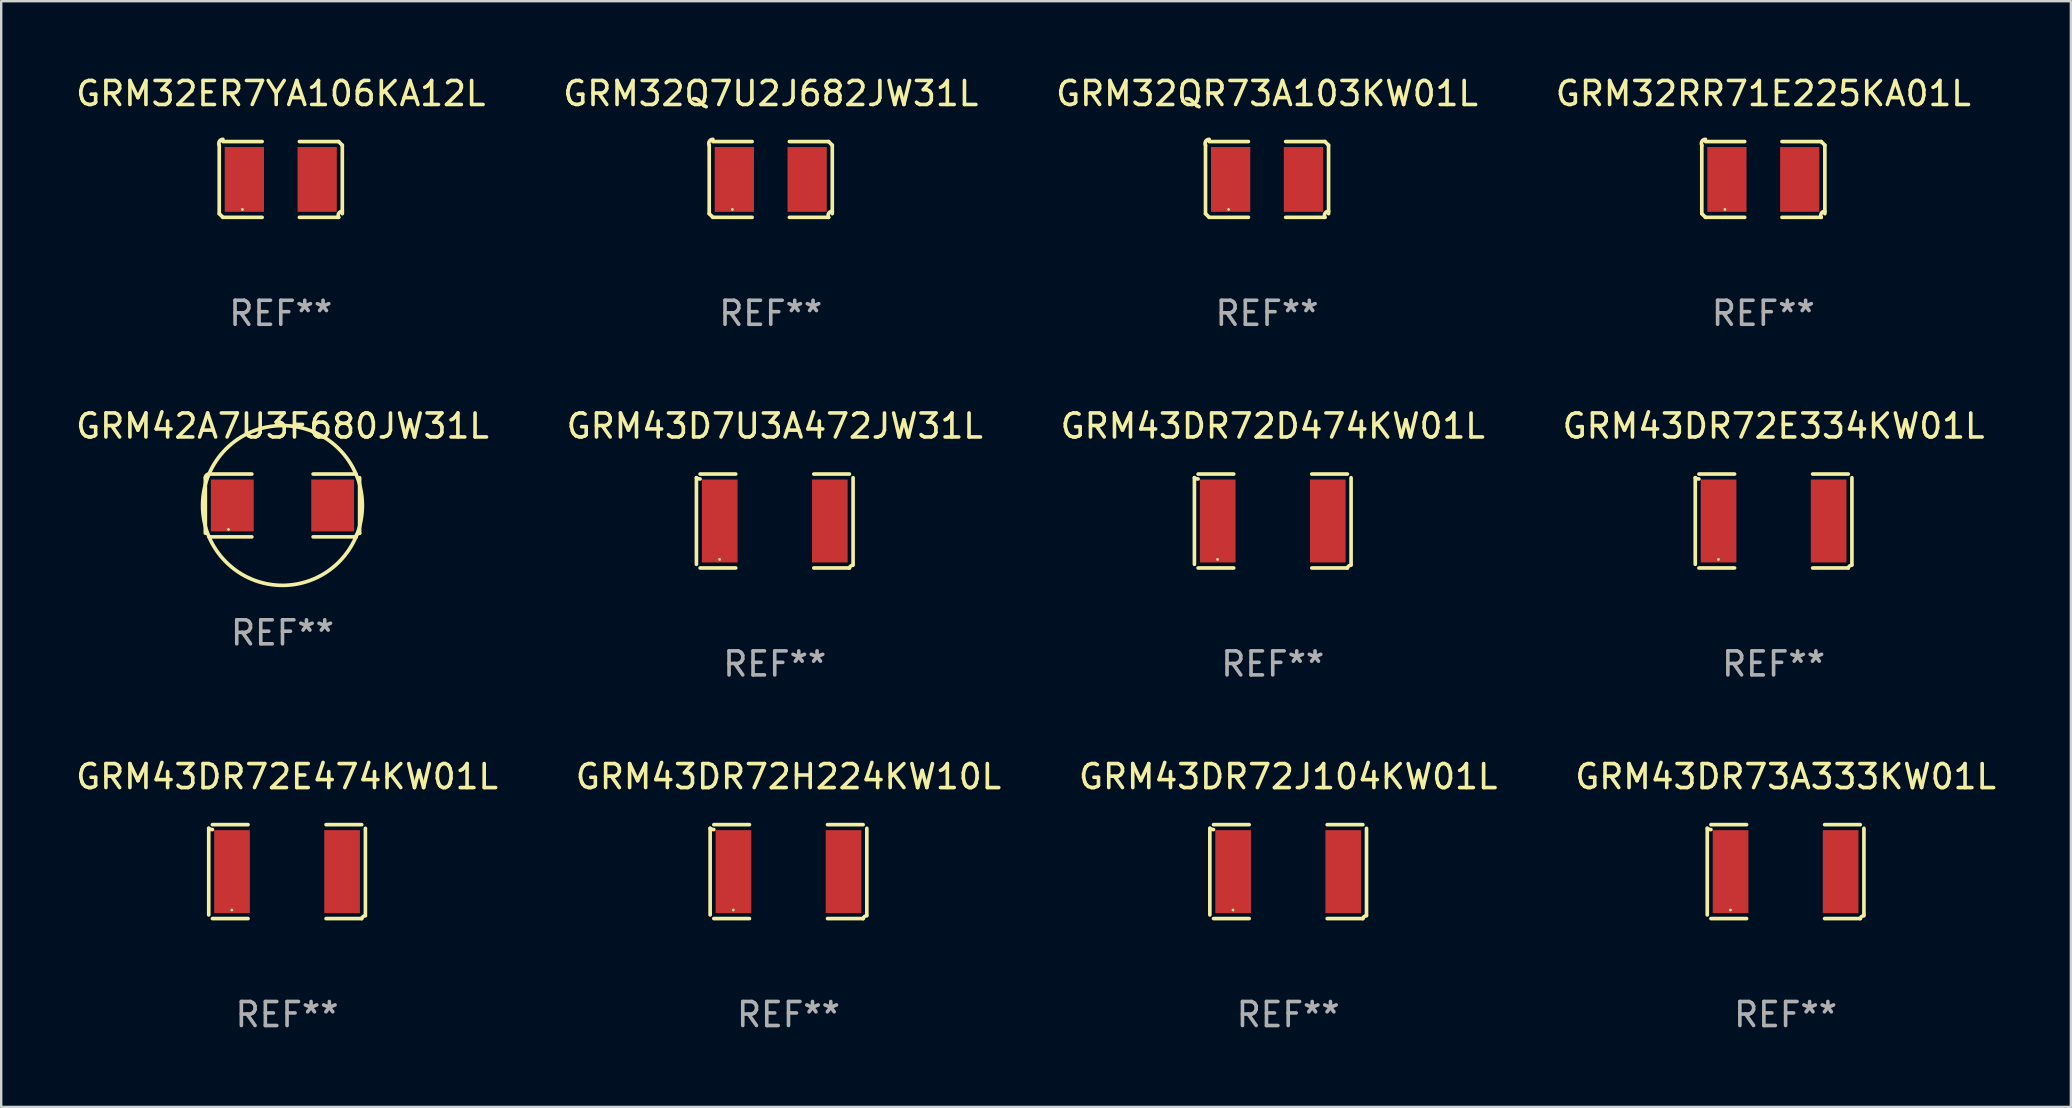
<source format=kicad_pcb>
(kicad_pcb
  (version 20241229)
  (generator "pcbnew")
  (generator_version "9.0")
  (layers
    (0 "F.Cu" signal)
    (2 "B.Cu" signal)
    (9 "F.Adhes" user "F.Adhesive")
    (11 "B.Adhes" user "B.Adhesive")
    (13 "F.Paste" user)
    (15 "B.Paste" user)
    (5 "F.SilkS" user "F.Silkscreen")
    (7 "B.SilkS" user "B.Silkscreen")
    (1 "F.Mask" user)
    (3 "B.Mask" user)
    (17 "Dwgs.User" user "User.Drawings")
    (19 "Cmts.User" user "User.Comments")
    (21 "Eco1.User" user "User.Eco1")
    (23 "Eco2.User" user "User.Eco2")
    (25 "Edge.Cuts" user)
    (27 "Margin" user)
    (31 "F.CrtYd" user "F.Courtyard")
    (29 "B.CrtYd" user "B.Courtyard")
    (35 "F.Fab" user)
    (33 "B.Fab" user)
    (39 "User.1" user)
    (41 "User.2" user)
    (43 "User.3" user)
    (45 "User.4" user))
  (footprint "GRM42A7U3F680JW31L"
    (layer "F.Cu")
    (at 8.72 18.011)
    (property "Reference" "GRM42A7U3F680JW31L" (at 0 -3.309 0) (layer "F.SilkS") (effects (font (size 1 1) (thickness 0.15))))
    (attr through_hole)
    (fp_line (start -3.214 -1.156) (end -3.214 1.156) (stroke (width 0.152) (type solid)) (layer "F.SilkS"))
    (fp_line (start -3.061 1.309) (end -1.276 1.309) (stroke (width 0.152) (type solid)) (layer "F.SilkS"))
    (fp_line (start -1.276 -1.309) (end -3.061 -1.309) (stroke (width 0.152) (type solid)) (layer "F.SilkS"))
    (fp_line (start 1.276 -1.309) (end 3.061 -1.309) (stroke (width 0.152) (type solid)) (layer "F.SilkS"))
    (fp_line (start 3.061 1.309) (end 1.276 1.309) (stroke (width 0.152) (type solid)) (layer "F.SilkS"))
    (fp_line (start 3.214 -1.156) (end 3.214 1.156) (stroke (width 0.152) (type solid)) (layer "F.SilkS"))
    (fp_arc (start -3.21359 -1.15621) (mid -3.168953 -1.263974) (end -3.061189 -1.308611) (stroke (width 0.1524) (type solid)) (layer "F.SilkS"))
    (fp_arc (start 3.061188 1.308611) (mid 3.105825 1.200847) (end 3.213589 1.15621) (stroke (width 0.1524) (type solid)) (layer "F.SilkS"))
    (fp_arc (start 3.061189 -1.308611) (mid -3.061167 1.308589) (end 3.061189 -1.308611) (stroke (width 0.1524) (type solid)) (layer "F.SilkS"))
    (fp_circle (center -2.25 1) (end -2.22 1) (stroke (width 0.06) (type solid)) (fill no) (layer "F.SilkS"))
    (fp_text user "REF**" (at 0 5.309 0) (layer "F.Fab") (effects (font (size 1 1) (thickness 0.15))))
    (pad "1" smd rect (at -2.092 0) (size 1.785 2.16) (layers "F.Cu" "F.Mask" "F.Paste"))
    (pad "2" smd rect (at 2.092 0) (size 1.785 2.16) (layers "F.Cu" "F.Mask" "F.Paste")))
  (footprint "GRM43DR72E334KW01L"
    (layer "F.Cu")
    (at 70.851 18.659)
    (property "Reference" "GRM43DR72E334KW01L" (at 0 -3.957 0) (layer "F.SilkS") (effects (font (size 1 1) (thickness 0.15))))
    (attr through_hole)
    (fp_line (start -3.264 1.804) (end -3.264 -1.804) (stroke (width 0.152) (type solid)) (layer "F.SilkS"))
    (fp_line (start -3.111 -1.957) (end -1.626 -1.957) (stroke (width 0.152) (type solid)) (layer "F.SilkS"))
    (fp_line (start -1.626 1.957) (end -3.111 1.957) (stroke (width 0.152) (type solid)) (layer "F.SilkS"))
    (fp_line (start 1.626 1.957) (end 3.111 1.957) (stroke (width 0.152) (type solid)) (layer "F.SilkS"))
    (fp_line (start 3.111 -1.957) (end 1.626 -1.957) (stroke (width 0.152) (type solid)) (layer "F.SilkS"))
    (fp_line (start 3.264 1.804) (end 3.264 -1.804) (stroke (width 0.152) (type solid)) (layer "F.SilkS"))
    (fp_arc (start -3.111202 -1.752192) (mid -3.191715 -1.76555) (end -3.263602 -1.804191) (stroke (width 0.1524) (type solid)) (layer "F.SilkS"))
    (fp_arc (start 3.111201 1.956591) (mid 3.167789 1.872777) (end 3.263602 1.840424) (stroke (width 0.1524) (type solid)) (layer "F.SilkS"))
    (fp_circle (center -2.3 1.6) (end -2.27 1.6) (stroke (width 0.06) (type solid)) (fill no) (layer "F.SilkS"))
    (fp_text user "REF**" (at 0 5.957 0) (layer "F.Fab") (effects (font (size 1 1) (thickness 0.15))))
    (pad "1" smd rect (at -2.293 0) (size 1.485 3.456) (layers "F.Cu" "F.Mask" "F.Paste"))
    (pad "2" smd rect (at 2.293 0) (size 1.485 3.456) (layers "F.Cu" "F.Mask" "F.Paste")))
  (footprint "GRM43DR72J104KW01L"
    (layer "F.Cu")
    (at 50.625 33.268)
    (property "Reference" "GRM43DR72J104KW01L" (at 0 -3.957 0) (layer "F.SilkS") (effects (font (size 1 1) (thickness 0.15))))
    (attr through_hole)
    (fp_line (start -3.264 1.804) (end -3.264 -1.804) (stroke (width 0.152) (type solid)) (layer "F.SilkS"))
    (fp_line (start -3.111 -1.957) (end -1.626 -1.957) (stroke (width 0.152) (type solid)) (layer "F.SilkS"))
    (fp_line (start -1.626 1.957) (end -3.111 1.957) (stroke (width 0.152) (type solid)) (layer "F.SilkS"))
    (fp_line (start 1.626 1.957) (end 3.111 1.957) (stroke (width 0.152) (type solid)) (layer "F.SilkS"))
    (fp_line (start 3.111 -1.957) (end 1.626 -1.957) (stroke (width 0.152) (type solid)) (layer "F.SilkS"))
    (fp_line (start 3.264 1.804) (end 3.264 -1.804) (stroke (width 0.152) (type solid)) (layer "F.SilkS"))
    (fp_arc (start -3.111202 -1.752192) (mid -3.191715 -1.76555) (end -3.263602 -1.804191) (stroke (width 0.1524) (type solid)) (layer "F.SilkS"))
    (fp_arc (start 3.111201 1.956591) (mid 3.167789 1.872777) (end 3.263602 1.840424) (stroke (width 0.1524) (type solid)) (layer "F.SilkS"))
    (fp_circle (center -2.3 1.6) (end -2.27 1.6) (stroke (width 0.06) (type solid)) (fill no) (layer "F.SilkS"))
    (fp_text user "REF**" (at 0 5.957 0) (layer "F.Fab") (effects (font (size 1 1) (thickness 0.15))))
    (pad "1" smd rect (at -2.293 0) (size 1.485 3.456) (layers "F.Cu" "F.Mask" "F.Paste"))
    (pad "2" smd rect (at 2.293 0) (size 1.485 3.456) (layers "F.Cu" "F.Mask" "F.Paste")))
  (footprint "GRM43DR72D474KW01L"
    (layer "F.Cu")
    (at 49.982 18.659)
    (property "Reference" "GRM43DR72D474KW01L" (at 0 -3.957 0) (layer "F.SilkS") (effects (font (size 1 1) (thickness 0.15))))
    (attr through_hole)
    (fp_line (start -3.264 1.804) (end -3.264 -1.804) (stroke (width 0.152) (type solid)) (layer "F.SilkS"))
    (fp_line (start -3.111 -1.957) (end -1.626 -1.957) (stroke (width 0.152) (type solid)) (layer "F.SilkS"))
    (fp_line (start -1.626 1.957) (end -3.111 1.957) (stroke (width 0.152) (type solid)) (layer "F.SilkS"))
    (fp_line (start 1.626 1.957) (end 3.111 1.957) (stroke (width 0.152) (type solid)) (layer "F.SilkS"))
    (fp_line (start 3.111 -1.957) (end 1.626 -1.957) (stroke (width 0.152) (type solid)) (layer "F.SilkS"))
    (fp_line (start 3.264 1.804) (end 3.264 -1.804) (stroke (width 0.152) (type solid)) (layer "F.SilkS"))
    (fp_arc (start -3.111202 -1.752192) (mid -3.191715 -1.76555) (end -3.263602 -1.804191) (stroke (width 0.1524) (type solid)) (layer "F.SilkS"))
    (fp_arc (start 3.111201 1.956591) (mid 3.167789 1.872777) (end 3.263602 1.840424) (stroke (width 0.1524) (type solid)) (layer "F.SilkS"))
    (fp_circle (center -2.3 1.6) (end -2.27 1.6) (stroke (width 0.06) (type solid)) (fill no) (layer "F.SilkS"))
    (fp_text user "REF**" (at 0 5.957 0) (layer "F.Fab") (effects (font (size 1 1) (thickness 0.15))))
    (pad "1" smd rect (at -2.293 0) (size 1.485 3.456) (layers "F.Cu" "F.Mask" "F.Paste"))
    (pad "2" smd rect (at 2.293 0) (size 1.485 3.456) (layers "F.Cu" "F.Mask" "F.Paste")))
  (footprint "GRM32QR73A103KW01L"
    (layer "F.Cu")
    (at 49.744 4.427)
    (property "Reference" "GRM32QR73A103KW01L" (at 0 -3.579 0) (layer "F.SilkS") (effects (font (size 1 1) (thickness 0.15))))
    (attr through_hole)
    (fp_line (start -2.564 1.426) (end -2.564 -1.426) (stroke (width 0.152) (type solid)) (layer "F.SilkS"))
    (fp_line (start -2.411 -1.579) (end -0.776 -1.579) (stroke (width 0.152) (type solid)) (layer "F.SilkS"))
    (fp_line (start -0.776 1.579) (end -2.411 1.579) (stroke (width 0.152) (type solid)) (layer "F.SilkS"))
    (fp_line (start 0.776 1.579) (end 2.411 1.579) (stroke (width 0.152) (type solid)) (layer "F.SilkS"))
    (fp_line (start 2.411 -1.579) (end 0.776 -1.579) (stroke (width 0.152) (type solid)) (layer "F.SilkS"))
    (fp_line (start 2.564 1.426) (end 2.564 -1.426) (stroke (width 0.152) (type solid)) (layer "F.SilkS"))
    (fp_arc (start -2.563602 -1.426213) (mid -2.555597 -1.591233) (end -2.411201 -1.671518) (stroke (width 0.1524) (type solid)) (layer "F.SilkS"))
    (fp_arc (start -2.5636 1.426214) (mid -2.487389 1.502402) (end -2.411201 1.578613) (stroke (width 0.1524) (type solid)) (layer "F.SilkS"))
    (fp_arc (start 2.411197 -1.578618) (mid 2.487403 -1.502419) (end 2.563602 -1.426213) (stroke (width 0.1524) (type solid)) (layer "F.SilkS"))
    (fp_arc (start 2.411201 1.578613) (mid 2.416214 1.409455) (end 2.563602 1.32629) (stroke (width 0.1524) (type solid)) (layer "F.SilkS"))
    (fp_circle (center -1.6 1.25) (end -1.57 1.25) (stroke (width 0.06) (type solid)) (fill no) (layer "F.SilkS"))
    (fp_text user "REF**" (at 0 5.579 0) (layer "F.Fab") (effects (font (size 1 1) (thickness 0.15))))
    (pad "1" smd rect (at -1.517 0) (size 1.635 2.7) (layers "F.Cu" "F.Mask" "F.Paste"))
    (pad "2" smd rect (at 1.517 0) (size 1.635 2.7) (layers "F.Cu" "F.Mask" "F.Paste")))
  (footprint "GRM43D7U3A472JW31L"
    (layer "F.Cu")
    (at 29.232 18.659)
    (property "Reference" "GRM43D7U3A472JW31L" (at 0 -3.957 0) (layer "F.SilkS") (effects (font (size 1 1) (thickness 0.15))))
    (attr through_hole)
    (fp_line (start -3.264 1.804) (end -3.264 -1.804) (stroke (width 0.152) (type solid)) (layer "F.SilkS"))
    (fp_line (start -3.111 -1.957) (end -1.626 -1.957) (stroke (width 0.152) (type solid)) (layer "F.SilkS"))
    (fp_line (start -1.626 1.957) (end -3.111 1.957) (stroke (width 0.152) (type solid)) (layer "F.SilkS"))
    (fp_line (start 1.626 1.957) (end 3.111 1.957) (stroke (width 0.152) (type solid)) (layer "F.SilkS"))
    (fp_line (start 3.111 -1.957) (end 1.626 -1.957) (stroke (width 0.152) (type solid)) (layer "F.SilkS"))
    (fp_line (start 3.264 1.804) (end 3.264 -1.804) (stroke (width 0.152) (type solid)) (layer "F.SilkS"))
    (fp_arc (start -3.111202 -1.752192) (mid -3.191715 -1.76555) (end -3.263602 -1.804191) (stroke (width 0.1524) (type solid)) (layer "F.SilkS"))
    (fp_arc (start 3.111201 1.956591) (mid 3.167789 1.872777) (end 3.263602 1.840424) (stroke (width 0.1524) (type solid)) (layer "F.SilkS"))
    (fp_circle (center -2.3 1.6) (end -2.27 1.6) (stroke (width 0.06) (type solid)) (fill no) (layer "F.SilkS"))
    (fp_text user "REF**" (at 0 5.957 0) (layer "F.Fab") (effects (font (size 1 1) (thickness 0.15))))
    (pad "1" smd rect (at -2.293 0) (size 1.485 3.456) (layers "F.Cu" "F.Mask" "F.Paste"))
    (pad "2" smd rect (at 2.293 0) (size 1.485 3.456) (layers "F.Cu" "F.Mask" "F.Paste")))
  (footprint "GRM32Q7U2J682JW31L"
    (layer "F.Cu")
    (at 29.065 4.427)
    (property "Reference" "GRM32Q7U2J682JW31L" (at 0 -3.579 0) (layer "F.SilkS") (effects (font (size 1 1) (thickness 0.15))))
    (attr through_hole)
    (fp_line (start -2.564 1.426) (end -2.564 -1.426) (stroke (width 0.152) (type solid)) (layer "F.SilkS"))
    (fp_line (start -2.411 -1.579) (end -0.776 -1.579) (stroke (width 0.152) (type solid)) (layer "F.SilkS"))
    (fp_line (start -0.776 1.579) (end -2.411 1.579) (stroke (width 0.152) (type solid)) (layer "F.SilkS"))
    (fp_line (start 0.776 1.579) (end 2.411 1.579) (stroke (width 0.152) (type solid)) (layer "F.SilkS"))
    (fp_line (start 2.411 -1.579) (end 0.776 -1.579) (stroke (width 0.152) (type solid)) (layer "F.SilkS"))
    (fp_line (start 2.564 1.426) (end 2.564 -1.426) (stroke (width 0.152) (type solid)) (layer "F.SilkS"))
    (fp_arc (start -2.563602 -1.426213) (mid -2.555597 -1.591233) (end -2.411201 -1.671518) (stroke (width 0.1524) (type solid)) (layer "F.SilkS"))
    (fp_arc (start -2.5636 1.426214) (mid -2.487389 1.502402) (end -2.411201 1.578613) (stroke (width 0.1524) (type solid)) (layer "F.SilkS"))
    (fp_arc (start 2.411197 -1.578618) (mid 2.487403 -1.502419) (end 2.563602 -1.426213) (stroke (width 0.1524) (type solid)) (layer "F.SilkS"))
    (fp_arc (start 2.411201 1.578613) (mid 2.416214 1.409455) (end 2.563602 1.32629) (stroke (width 0.1524) (type solid)) (layer "F.SilkS"))
    (fp_circle (center -1.6 1.25) (end -1.57 1.25) (stroke (width 0.06) (type solid)) (fill no) (layer "F.SilkS"))
    (fp_text user "REF**" (at 0 5.579 0) (layer "F.Fab") (effects (font (size 1 1) (thickness 0.15))))
    (pad "1" smd rect (at -1.517 0) (size 1.635 2.7) (layers "F.Cu" "F.Mask" "F.Paste"))
    (pad "2" smd rect (at 1.517 0) (size 1.635 2.7) (layers "F.Cu" "F.Mask" "F.Paste")))
  (footprint "GRM43DR72H224KW10L"
    (layer "F.Cu")
    (at 29.804 33.268)
    (property "Reference" "GRM43DR72H224KW10L" (at 0 -3.957 0) (layer "F.SilkS") (effects (font (size 1 1) (thickness 0.15))))
    (attr through_hole)
    (fp_line (start -3.264 1.804) (end -3.264 -1.804) (stroke (width 0.152) (type solid)) (layer "F.SilkS"))
    (fp_line (start -3.111 -1.957) (end -1.626 -1.957) (stroke (width 0.152) (type solid)) (layer "F.SilkS"))
    (fp_line (start -1.626 1.957) (end -3.111 1.957) (stroke (width 0.152) (type solid)) (layer "F.SilkS"))
    (fp_line (start 1.626 1.957) (end 3.111 1.957) (stroke (width 0.152) (type solid)) (layer "F.SilkS"))
    (fp_line (start 3.111 -1.957) (end 1.626 -1.957) (stroke (width 0.152) (type solid)) (layer "F.SilkS"))
    (fp_line (start 3.264 1.804) (end 3.264 -1.804) (stroke (width 0.152) (type solid)) (layer "F.SilkS"))
    (fp_arc (start -3.111202 -1.752192) (mid -3.191715 -1.76555) (end -3.263602 -1.804191) (stroke (width 0.1524) (type solid)) (layer "F.SilkS"))
    (fp_arc (start 3.111201 1.956591) (mid 3.167789 1.872777) (end 3.263602 1.840424) (stroke (width 0.1524) (type solid)) (layer "F.SilkS"))
    (fp_circle (center -2.3 1.6) (end -2.27 1.6) (stroke (width 0.06) (type solid)) (fill no) (layer "F.SilkS"))
    (fp_text user "REF**" (at 0 5.957 0) (layer "F.Fab") (effects (font (size 1 1) (thickness 0.15))))
    (pad "1" smd rect (at -2.293 0) (size 1.485 3.456) (layers "F.Cu" "F.Mask" "F.Paste"))
    (pad "2" smd rect (at 2.293 0) (size 1.485 3.456) (layers "F.Cu" "F.Mask" "F.Paste")))
  (footprint "GRM32ER7YA106KA12L"
    (layer "F.Cu")
    (at 8.649 4.427)
    (property "Reference" "GRM32ER7YA106KA12L" (at 0 -3.579 0) (layer "F.SilkS") (effects (font (size 1 1) (thickness 0.15))))
    (attr through_hole)
    (fp_line (start -2.564 1.426) (end -2.564 -1.426) (stroke (width 0.152) (type solid)) (layer "F.SilkS"))
    (fp_line (start -2.411 -1.579) (end -0.776 -1.579) (stroke (width 0.152) (type solid)) (layer "F.SilkS"))
    (fp_line (start -0.776 1.579) (end -2.411 1.579) (stroke (width 0.152) (type solid)) (layer "F.SilkS"))
    (fp_line (start 0.776 1.579) (end 2.411 1.579) (stroke (width 0.152) (type solid)) (layer "F.SilkS"))
    (fp_line (start 2.411 -1.579) (end 0.776 -1.579) (stroke (width 0.152) (type solid)) (layer "F.SilkS"))
    (fp_line (start 2.564 1.426) (end 2.564 -1.426) (stroke (width 0.152) (type solid)) (layer "F.SilkS"))
    (fp_arc (start -2.563602 -1.426213) (mid -2.555597 -1.591233) (end -2.411201 -1.671518) (stroke (width 0.1524) (type solid)) (layer "F.SilkS"))
    (fp_arc (start -2.5636 1.426214) (mid -2.487389 1.502402) (end -2.411201 1.578613) (stroke (width 0.1524) (type solid)) (layer "F.SilkS"))
    (fp_arc (start 2.411197 -1.578618) (mid 2.487403 -1.502419) (end 2.563602 -1.426213) (stroke (width 0.1524) (type solid)) (layer "F.SilkS"))
    (fp_arc (start 2.411201 1.578613) (mid 2.416214 1.409455) (end 2.563602 1.32629) (stroke (width 0.1524) (type solid)) (layer "F.SilkS"))
    (fp_circle (center -1.6 1.25) (end -1.57 1.25) (stroke (width 0.06) (type solid)) (fill no) (layer "F.SilkS"))
    (fp_text user "REF**" (at 0 5.579 0) (layer "F.Fab") (effects (font (size 1 1) (thickness 0.15))))
    (pad "1" smd rect (at -1.517 0) (size 1.635 2.7) (layers "F.Cu" "F.Mask" "F.Paste"))
    (pad "2" smd rect (at 1.517 0) (size 1.635 2.7) (layers "F.Cu" "F.Mask" "F.Paste")))
  (footprint "GRM32RR71E225KA01L"
    (layer "F.Cu")
    (at 70.423 4.427)
    (property "Reference" "GRM32RR71E225KA01L" (at 0 -3.579 0) (layer "F.SilkS") (effects (font (size 1 1) (thickness 0.15))))
    (attr through_hole)
    (fp_line (start -2.564 1.426) (end -2.564 -1.426) (stroke (width 0.152) (type solid)) (layer "F.SilkS"))
    (fp_line (start -2.411 -1.579) (end -0.776 -1.579) (stroke (width 0.152) (type solid)) (layer "F.SilkS"))
    (fp_line (start -0.776 1.579) (end -2.411 1.579) (stroke (width 0.152) (type solid)) (layer "F.SilkS"))
    (fp_line (start 0.776 1.579) (end 2.411 1.579) (stroke (width 0.152) (type solid)) (layer "F.SilkS"))
    (fp_line (start 2.411 -1.579) (end 0.776 -1.579) (stroke (width 0.152) (type solid)) (layer "F.SilkS"))
    (fp_line (start 2.564 1.426) (end 2.564 -1.426) (stroke (width 0.152) (type solid)) (layer "F.SilkS"))
    (fp_arc (start -2.563602 -1.426213) (mid -2.555597 -1.591233) (end -2.411201 -1.671518) (stroke (width 0.1524) (type solid)) (layer "F.SilkS"))
    (fp_arc (start -2.5636 1.426214) (mid -2.487389 1.502402) (end -2.411201 1.578613) (stroke (width 0.1524) (type solid)) (layer "F.SilkS"))
    (fp_arc (start 2.411197 -1.578618) (mid 2.487403 -1.502419) (end 2.563602 -1.426213) (stroke (width 0.1524) (type solid)) (layer "F.SilkS"))
    (fp_arc (start 2.411201 1.578613) (mid 2.416214 1.409455) (end 2.563602 1.32629) (stroke (width 0.1524) (type solid)) (layer "F.SilkS"))
    (fp_circle (center -1.6 1.25) (end -1.57 1.25) (stroke (width 0.06) (type solid)) (fill no) (layer "F.SilkS"))
    (fp_text user "REF**" (at 0 5.579 0) (layer "F.Fab") (effects (font (size 1 1) (thickness 0.15))))
    (pad "1" smd rect (at -1.517 0) (size 1.635 2.7) (layers "F.Cu" "F.Mask" "F.Paste"))
    (pad "2" smd rect (at 1.517 0) (size 1.635 2.7) (layers "F.Cu" "F.Mask" "F.Paste")))
  (footprint "GRM43DR73A333KW01L"
    (layer "F.Cu")
    (at 71.351 33.268)
    (property "Reference" "GRM43DR73A333KW01L" (at 0 -3.957 0) (layer "F.SilkS") (effects (font (size 1 1) (thickness 0.15))))
    (attr through_hole)
    (fp_line (start -3.264 1.804) (end -3.264 -1.804) (stroke (width 0.152) (type solid)) (layer "F.SilkS"))
    (fp_line (start -3.111 -1.957) (end -1.626 -1.957) (stroke (width 0.152) (type solid)) (layer "F.SilkS"))
    (fp_line (start -1.626 1.957) (end -3.111 1.957) (stroke (width 0.152) (type solid)) (layer "F.SilkS"))
    (fp_line (start 1.626 1.957) (end 3.111 1.957) (stroke (width 0.152) (type solid)) (layer "F.SilkS"))
    (fp_line (start 3.111 -1.957) (end 1.626 -1.957) (stroke (width 0.152) (type solid)) (layer "F.SilkS"))
    (fp_line (start 3.264 1.804) (end 3.264 -1.804) (stroke (width 0.152) (type solid)) (layer "F.SilkS"))
    (fp_arc (start -3.111202 -1.752192) (mid -3.191715 -1.76555) (end -3.263602 -1.804191) (stroke (width 0.1524) (type solid)) (layer "F.SilkS"))
    (fp_arc (start 3.111201 1.956591) (mid 3.167789 1.872777) (end 3.263602 1.840424) (stroke (width 0.1524) (type solid)) (layer "F.SilkS"))
    (fp_circle (center -2.3 1.6) (end -2.27 1.6) (stroke (width 0.06) (type solid)) (fill no) (layer "F.SilkS"))
    (fp_text user "REF**" (at 0 5.957 0) (layer "F.Fab") (effects (font (size 1 1) (thickness 0.15))))
    (pad "1" smd rect (at -2.293 0) (size 1.485 3.456) (layers "F.Cu" "F.Mask" "F.Paste"))
    (pad "2" smd rect (at 2.293 0) (size 1.485 3.456) (layers "F.Cu" "F.Mask" "F.Paste")))
  (footprint "GRM43DR72E474KW01L"
    (layer "F.Cu")
    (at 8.911 33.268)
    (property "Reference" "GRM43DR72E474KW01L" (at 0 -3.957 0) (layer "F.SilkS") (effects (font (size 1 1) (thickness 0.15))))
    (attr through_hole)
    (fp_line (start -3.264 1.804) (end -3.264 -1.804) (stroke (width 0.152) (type solid)) (layer "F.SilkS"))
    (fp_line (start -3.111 -1.957) (end -1.626 -1.957) (stroke (width 0.152) (type solid)) (layer "F.SilkS"))
    (fp_line (start -1.626 1.957) (end -3.111 1.957) (stroke (width 0.152) (type solid)) (layer "F.SilkS"))
    (fp_line (start 1.626 1.957) (end 3.111 1.957) (stroke (width 0.152) (type solid)) (layer "F.SilkS"))
    (fp_line (start 3.111 -1.957) (end 1.626 -1.957) (stroke (width 0.152) (type solid)) (layer "F.SilkS"))
    (fp_line (start 3.264 1.804) (end 3.264 -1.804) (stroke (width 0.152) (type solid)) (layer "F.SilkS"))
    (fp_arc (start -3.111202 -1.752192) (mid -3.191715 -1.76555) (end -3.263602 -1.804191) (stroke (width 0.1524) (type solid)) (layer "F.SilkS"))
    (fp_arc (start 3.111201 1.956591) (mid 3.167789 1.872777) (end 3.263602 1.840424) (stroke (width 0.1524) (type solid)) (layer "F.SilkS"))
    (fp_circle (center -2.3 1.6) (end -2.27 1.6) (stroke (width 0.06) (type solid)) (fill no) (layer "F.SilkS"))
    (fp_text user "REF**" (at 0 5.957 0) (layer "F.Fab") (effects (font (size 1 1) (thickness 0.15))))
    (pad "1" smd rect (at -2.293 0) (size 1.485 3.456) (layers "F.Cu" "F.Mask" "F.Paste"))
    (pad "2" smd rect (at 2.293 0) (size 1.485 3.456) (layers "F.Cu" "F.Mask" "F.Paste")))
  (gr_rect
    (start -3 -3)
    (end 83.238 43.073)
    (stroke (width 0.1) (type default))
    (fill no)
    (layer "Edge.Cuts")))
</source>
